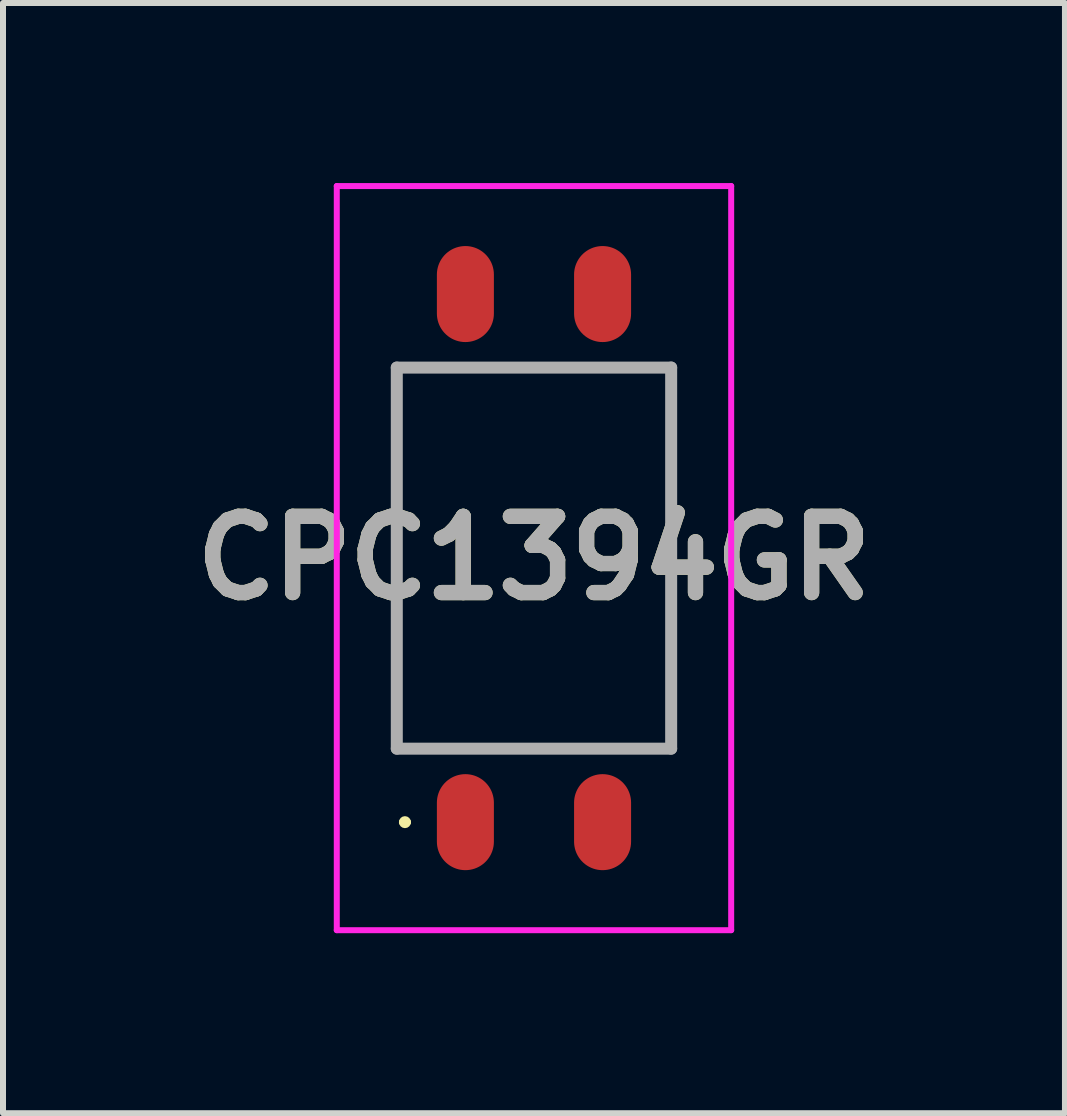
<source format=kicad_pcb>
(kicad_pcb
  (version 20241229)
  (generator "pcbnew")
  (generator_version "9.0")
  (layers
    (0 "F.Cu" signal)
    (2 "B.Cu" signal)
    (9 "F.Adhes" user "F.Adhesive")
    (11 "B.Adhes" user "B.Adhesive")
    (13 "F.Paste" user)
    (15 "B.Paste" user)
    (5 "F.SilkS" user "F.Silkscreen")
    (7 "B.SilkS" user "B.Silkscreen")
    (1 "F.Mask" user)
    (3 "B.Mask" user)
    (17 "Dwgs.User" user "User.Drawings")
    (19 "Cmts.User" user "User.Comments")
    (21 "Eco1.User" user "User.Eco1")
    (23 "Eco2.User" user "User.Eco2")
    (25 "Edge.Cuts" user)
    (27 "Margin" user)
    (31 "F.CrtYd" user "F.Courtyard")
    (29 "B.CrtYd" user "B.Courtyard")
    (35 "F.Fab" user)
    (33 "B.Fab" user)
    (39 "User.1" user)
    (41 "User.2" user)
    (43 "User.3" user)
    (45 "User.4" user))
  (footprint "CPC1394GR"
    (layer "F.Cu")
    (at 5.848 6.25)
    (property "Reference" "CPC1394GR" (at 0 0 0) (layer "F.SilkS") (effects (font (size 1.27 1.27) (thickness 0.254))))
    (attr smd)
    (fp_line (start -2.286 -3.175) (end 2.286 -3.175) (stroke (width 0.1) (type solid)) (layer "F.SilkS"))
    (fp_line (start -2.286 3.175) (end -2.286 -3.175) (stroke (width 0.1) (type solid)) (layer "F.SilkS"))
    (fp_line (start -2.2 4.4) (end -2.2 4.4) (stroke (width 0.1) (type solid)) (layer "F.SilkS"))
    (fp_line (start -2.1 4.4) (end -2.1 4.4) (stroke (width 0.1) (type solid)) (layer "F.SilkS"))
    (fp_line (start 2.286 -3.175) (end 2.286 3.175) (stroke (width 0.1) (type solid)) (layer "F.SilkS"))
    (fp_line (start 2.286 3.175) (end -2.286 3.175) (stroke (width 0.1) (type solid)) (layer "F.SilkS"))
    (fp_arc (start -2.2 4.4) (mid -2.15 4.35) (end -2.1 4.4) (stroke (width 0.1) (type solid)) (layer "F.SilkS"))
    (fp_arc (start -2.1 4.4) (mid -2.15 4.45) (end -2.2 4.4) (stroke (width 0.1) (type solid)) (layer "F.SilkS"))
    (fp_line (start -3.286 -6.2) (end 3.286 -6.2) (stroke (width 0.1) (type solid)) (layer "F.CrtYd"))
    (fp_line (start -3.286 6.2) (end -3.286 -6.2) (stroke (width 0.1) (type solid)) (layer "F.CrtYd"))
    (fp_line (start 3.286 -6.2) (end 3.286 6.2) (stroke (width 0.1) (type solid)) (layer "F.CrtYd"))
    (fp_line (start 3.286 6.2) (end -3.286 6.2) (stroke (width 0.1) (type solid)) (layer "F.CrtYd"))
    (fp_line (start -2.286 -3.175) (end 2.286 -3.175) (stroke (width 0.2) (type solid)) (layer "F.Fab"))
    (fp_line (start -2.286 3.175) (end -2.286 -3.175) (stroke (width 0.2) (type solid)) (layer "F.Fab"))
    (fp_line (start 2.286 -3.175) (end 2.286 3.175) (stroke (width 0.2) (type solid)) (layer "F.Fab"))
    (fp_line (start 2.286 3.175) (end -2.286 3.175) (stroke (width 0.2) (type solid)) (layer "F.Fab"))
    (fp_text user "${REFERENCE}" (at 0 0 0) (layer "F.Fab") (effects (font (size 1.27 1.27) (thickness 0.254))))
    (pad "1" smd oval (at -1.143 4.4) (size 0.95 1.6) (layers "F.Cu" "F.Mask" "F.Paste"))
    (pad "2" smd oval (at 1.143 4.4) (size 0.95 1.6) (layers "F.Cu" "F.Mask" "F.Paste"))
    (pad "3" smd oval (at 1.143 -4.4) (size 0.95 1.6) (layers "F.Cu" "F.Mask" "F.Paste"))
    (pad "4" smd oval (at -1.143 -4.4) (size 0.95 1.6) (layers "F.Cu" "F.Mask" "F.Paste")))
  (gr_rect
    (start -3 -3)
    (end 14.696 15.5)
    (stroke (width 0.1) (type default))
    (fill no)
    (layer "Edge.Cuts")))
</source>
